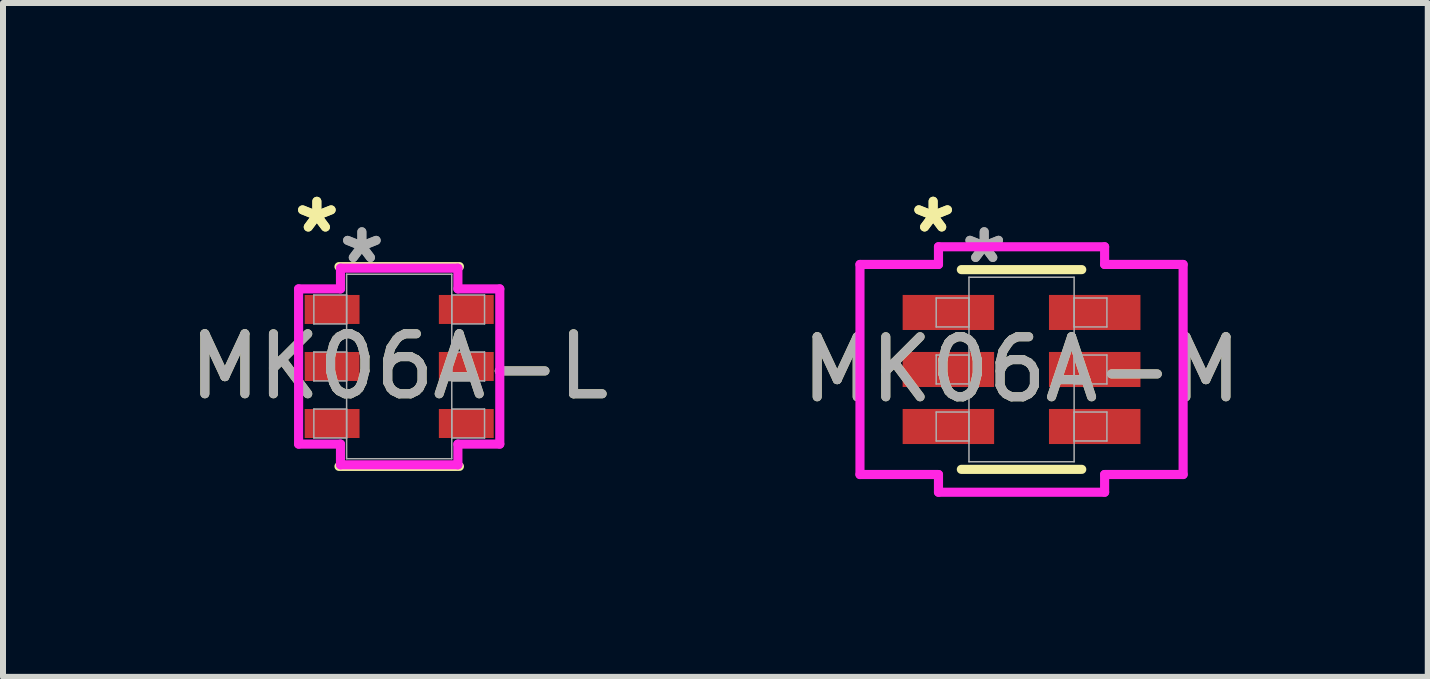
<source format=kicad_pcb>
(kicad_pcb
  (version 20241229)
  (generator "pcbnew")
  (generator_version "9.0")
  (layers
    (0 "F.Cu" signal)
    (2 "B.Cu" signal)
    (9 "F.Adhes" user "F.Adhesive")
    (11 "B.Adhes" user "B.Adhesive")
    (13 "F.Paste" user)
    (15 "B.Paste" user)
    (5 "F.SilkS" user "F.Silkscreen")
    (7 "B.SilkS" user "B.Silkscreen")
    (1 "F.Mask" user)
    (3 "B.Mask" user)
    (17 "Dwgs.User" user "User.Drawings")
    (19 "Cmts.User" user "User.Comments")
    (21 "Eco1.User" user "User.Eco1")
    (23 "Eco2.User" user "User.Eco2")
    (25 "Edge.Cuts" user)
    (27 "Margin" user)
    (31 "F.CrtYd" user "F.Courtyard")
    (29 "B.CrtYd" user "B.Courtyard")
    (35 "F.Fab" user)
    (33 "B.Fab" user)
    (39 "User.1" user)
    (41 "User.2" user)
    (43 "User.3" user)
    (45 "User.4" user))
  (footprint "MK06A-M"
    (layer "F.Cu")
    (at 13.97 3.106)
    (property "Reference" "MK06A-M" (at 0 0 0) (unlocked yes) (layer "F.SilkS") (effects (font (size 1 1) (thickness 0.15))))
    (attr smd)
    (fp_line (start -1.003 1.664) (end 1.003 1.664) (stroke (width 0.152) (type solid)) (layer "F.SilkS"))
    (fp_line (start 1.003 -1.664) (end -1.003 -1.664) (stroke (width 0.152) (type solid)) (layer "F.SilkS"))
    (fp_line (start -2.692 -1.75) (end -1.384 -1.75) (stroke (width 0.152) (type solid)) (layer "F.CrtYd"))
    (fp_line (start -2.692 1.75) (end -2.692 -1.75) (stroke (width 0.152) (type solid)) (layer "F.CrtYd"))
    (fp_line (start -1.384 -2.045) (end 1.384 -2.045) (stroke (width 0.152) (type solid)) (layer "F.CrtYd"))
    (fp_line (start -1.384 -1.75) (end -1.384 -2.045) (stroke (width 0.152) (type solid)) (layer "F.CrtYd"))
    (fp_line (start -1.384 1.75) (end -2.692 1.75) (stroke (width 0.152) (type solid)) (layer "F.CrtYd"))
    (fp_line (start -1.384 2.045) (end -1.384 1.75) (stroke (width 0.152) (type solid)) (layer "F.CrtYd"))
    (fp_line (start 1.384 -2.045) (end 1.384 -1.75) (stroke (width 0.152) (type solid)) (layer "F.CrtYd"))
    (fp_line (start 1.384 -1.75) (end 2.692 -1.75) (stroke (width 0.152) (type solid)) (layer "F.CrtYd"))
    (fp_line (start 1.384 1.75) (end 1.384 2.045) (stroke (width 0.152) (type solid)) (layer "F.CrtYd"))
    (fp_line (start 1.384 2.045) (end -1.384 2.045) (stroke (width 0.152) (type solid)) (layer "F.CrtYd"))
    (fp_line (start 2.692 -1.75) (end 2.692 1.75) (stroke (width 0.152) (type solid)) (layer "F.CrtYd"))
    (fp_line (start 2.692 1.75) (end 1.384 1.75) (stroke (width 0.152) (type solid)) (layer "F.CrtYd"))
    (fp_line (start -1.422 -1.191) (end -1.422 -0.709) (stroke (width 0.025) (type solid)) (layer "F.Fab"))
    (fp_line (start -1.422 -0.709) (end -0.876 -0.709) (stroke (width 0.025) (type solid)) (layer "F.Fab"))
    (fp_line (start -1.422 -0.241) (end -1.422 0.241) (stroke (width 0.025) (type solid)) (layer "F.Fab"))
    (fp_line (start -1.422 0.241) (end -0.876 0.241) (stroke (width 0.025) (type solid)) (layer "F.Fab"))
    (fp_line (start -1.422 0.709) (end -1.422 1.191) (stroke (width 0.025) (type solid)) (layer "F.Fab"))
    (fp_line (start -1.422 1.191) (end -0.876 1.191) (stroke (width 0.025) (type solid)) (layer "F.Fab"))
    (fp_line (start -0.876 -1.537) (end -0.876 1.537) (stroke (width 0.025) (type solid)) (layer "F.Fab"))
    (fp_line (start -0.876 -1.191) (end -1.422 -1.191) (stroke (width 0.025) (type solid)) (layer "F.Fab"))
    (fp_line (start -0.876 -0.709) (end -0.876 -1.191) (stroke (width 0.025) (type solid)) (layer "F.Fab"))
    (fp_line (start -0.876 -0.241) (end -1.422 -0.241) (stroke (width 0.025) (type solid)) (layer "F.Fab"))
    (fp_line (start -0.876 0.241) (end -0.876 -0.241) (stroke (width 0.025) (type solid)) (layer "F.Fab"))
    (fp_line (start -0.876 0.709) (end -1.422 0.709) (stroke (width 0.025) (type solid)) (layer "F.Fab"))
    (fp_line (start -0.876 1.191) (end -0.876 0.709) (stroke (width 0.025) (type solid)) (layer "F.Fab"))
    (fp_line (start -0.876 1.537) (end 0.876 1.537) (stroke (width 0.025) (type solid)) (layer "F.Fab"))
    (fp_line (start 0.876 -1.537) (end -0.876 -1.537) (stroke (width 0.025) (type solid)) (layer "F.Fab"))
    (fp_line (start 0.876 -1.191) (end 0.876 -0.709) (stroke (width 0.025) (type solid)) (layer "F.Fab"))
    (fp_line (start 0.876 -0.709) (end 1.422 -0.709) (stroke (width 0.025) (type solid)) (layer "F.Fab"))
    (fp_line (start 0.876 -0.241) (end 0.876 0.241) (stroke (width 0.025) (type solid)) (layer "F.Fab"))
    (fp_line (start 0.876 0.241) (end 1.422 0.241) (stroke (width 0.025) (type solid)) (layer "F.Fab"))
    (fp_line (start 0.876 0.709) (end 0.876 1.191) (stroke (width 0.025) (type solid)) (layer "F.Fab"))
    (fp_line (start 0.876 1.191) (end 1.422 1.191) (stroke (width 0.025) (type solid)) (layer "F.Fab"))
    (fp_line (start 0.876 1.537) (end 0.876 -1.537) (stroke (width 0.025) (type solid)) (layer "F.Fab"))
    (fp_line (start 1.422 -1.191) (end 0.876 -1.191) (stroke (width 0.025) (type solid)) (layer "F.Fab"))
    (fp_line (start 1.422 -0.709) (end 1.422 -1.191) (stroke (width 0.025) (type solid)) (layer "F.Fab"))
    (fp_line (start 1.422 -0.241) (end 0.876 -0.241) (stroke (width 0.025) (type solid)) (layer "F.Fab"))
    (fp_line (start 1.422 0.241) (end 1.422 -0.241) (stroke (width 0.025) (type solid)) (layer "F.Fab"))
    (fp_line (start 1.422 0.709) (end 0.876 0.709) (stroke (width 0.025) (type solid)) (layer "F.Fab"))
    (fp_line (start 1.422 1.191) (end 1.422 0.709) (stroke (width 0.025) (type solid)) (layer "F.Fab"))
    (fp_text user "*" (at -1.473 -2.258 0) (unlocked yes) (layer "F.SilkS") (effects (font (size 1 1) (thickness 0.15))))
    (fp_text user "*" (at -1.473 -2.258 0) (layer "F.SilkS") (effects (font (size 1 1) (thickness 0.15))))
    (fp_text user "${REFERENCE}" (at 0 0 0) (unlocked yes) (layer "F.Fab") (effects (font (size 1 1) (thickness 0.15))))
    (fp_text user "*" (at -0.622 -1.75 0) (unlocked yes) (layer "F.Fab") (effects (font (size 1 1) (thickness 0.15))))
    (fp_text user "*" (at -0.622 -1.75 0) (layer "F.Fab") (effects (font (size 1 1) (thickness 0.15))))
    (pad "1" smd rect (at -1.219 -0.95) (size 1.524 0.584) (layers "F.Cu" "F.Mask" "F.Paste"))
    (pad "2" smd rect (at -1.219 0) (size 1.524 0.584) (layers "F.Cu" "F.Mask" "F.Paste"))
    (pad "3" smd rect (at -1.219 0.95) (size 1.524 0.584) (layers "F.Cu" "F.Mask" "F.Paste"))
    (pad "4" smd rect (at 1.219 0.95) (size 1.524 0.584) (layers "F.Cu" "F.Mask" "F.Paste"))
    (pad "5" smd rect (at 1.219 0) (size 1.524 0.584) (layers "F.Cu" "F.Mask" "F.Paste"))
    (pad "6" smd rect (at 1.219 -0.95) (size 1.524 0.584) (layers "F.Cu" "F.Mask" "F.Paste")))
  (footprint "MK06A-L"
    (layer "F.Cu")
    (at 3.601 3.056)
    (property "Reference" "MK06A-L" (at 0 0 0) (unlocked yes) (layer "F.SilkS") (effects (font (size 1 1) (thickness 0.15))))
    (attr smd)
    (fp_line (start -1.003 1.664) (end 1.003 1.664) (stroke (width 0.152) (type solid)) (layer "F.SilkS"))
    (fp_line (start 1.003 -1.664) (end -1.003 -1.664) (stroke (width 0.152) (type solid)) (layer "F.SilkS"))
    (fp_line (start -1.676 -1.293) (end -0.978 -1.293) (stroke (width 0.152) (type solid)) (layer "F.CrtYd"))
    (fp_line (start -1.676 1.293) (end -1.676 -1.293) (stroke (width 0.152) (type solid)) (layer "F.CrtYd"))
    (fp_line (start -0.978 -1.638) (end 0.978 -1.638) (stroke (width 0.152) (type solid)) (layer "F.CrtYd"))
    (fp_line (start -0.978 -1.293) (end -0.978 -1.638) (stroke (width 0.152) (type solid)) (layer "F.CrtYd"))
    (fp_line (start -0.978 1.293) (end -1.676 1.293) (stroke (width 0.152) (type solid)) (layer "F.CrtYd"))
    (fp_line (start -0.978 1.638) (end -0.978 1.293) (stroke (width 0.152) (type solid)) (layer "F.CrtYd"))
    (fp_line (start 0.978 -1.638) (end 0.978 -1.293) (stroke (width 0.152) (type solid)) (layer "F.CrtYd"))
    (fp_line (start 0.978 -1.293) (end 1.676 -1.293) (stroke (width 0.152) (type solid)) (layer "F.CrtYd"))
    (fp_line (start 0.978 1.293) (end 0.978 1.638) (stroke (width 0.152) (type solid)) (layer "F.CrtYd"))
    (fp_line (start 0.978 1.638) (end -0.978 1.638) (stroke (width 0.152) (type solid)) (layer "F.CrtYd"))
    (fp_line (start 1.676 -1.293) (end 1.676 1.293) (stroke (width 0.152) (type solid)) (layer "F.CrtYd"))
    (fp_line (start 1.676 1.293) (end 0.978 1.293) (stroke (width 0.152) (type solid)) (layer "F.CrtYd"))
    (fp_line (start -1.422 -1.191) (end -1.422 -0.709) (stroke (width 0.025) (type solid)) (layer "F.Fab"))
    (fp_line (start -1.422 -0.709) (end -0.876 -0.709) (stroke (width 0.025) (type solid)) (layer "F.Fab"))
    (fp_line (start -1.422 -0.241) (end -1.422 0.241) (stroke (width 0.025) (type solid)) (layer "F.Fab"))
    (fp_line (start -1.422 0.241) (end -0.876 0.241) (stroke (width 0.025) (type solid)) (layer "F.Fab"))
    (fp_line (start -1.422 0.709) (end -1.422 1.191) (stroke (width 0.025) (type solid)) (layer "F.Fab"))
    (fp_line (start -1.422 1.191) (end -0.876 1.191) (stroke (width 0.025) (type solid)) (layer "F.Fab"))
    (fp_line (start -0.876 -1.537) (end -0.876 1.537) (stroke (width 0.025) (type solid)) (layer "F.Fab"))
    (fp_line (start -0.876 -1.191) (end -1.422 -1.191) (stroke (width 0.025) (type solid)) (layer "F.Fab"))
    (fp_line (start -0.876 -0.709) (end -0.876 -1.191) (stroke (width 0.025) (type solid)) (layer "F.Fab"))
    (fp_line (start -0.876 -0.241) (end -1.422 -0.241) (stroke (width 0.025) (type solid)) (layer "F.Fab"))
    (fp_line (start -0.876 0.241) (end -0.876 -0.241) (stroke (width 0.025) (type solid)) (layer "F.Fab"))
    (fp_line (start -0.876 0.709) (end -1.422 0.709) (stroke (width 0.025) (type solid)) (layer "F.Fab"))
    (fp_line (start -0.876 1.191) (end -0.876 0.709) (stroke (width 0.025) (type solid)) (layer "F.Fab"))
    (fp_line (start -0.876 1.537) (end 0.876 1.537) (stroke (width 0.025) (type solid)) (layer "F.Fab"))
    (fp_line (start 0.876 -1.537) (end -0.876 -1.537) (stroke (width 0.025) (type solid)) (layer "F.Fab"))
    (fp_line (start 0.876 -1.191) (end 0.876 -0.709) (stroke (width 0.025) (type solid)) (layer "F.Fab"))
    (fp_line (start 0.876 -0.709) (end 1.422 -0.709) (stroke (width 0.025) (type solid)) (layer "F.Fab"))
    (fp_line (start 0.876 -0.241) (end 0.876 0.241) (stroke (width 0.025) (type solid)) (layer "F.Fab"))
    (fp_line (start 0.876 0.241) (end 1.422 0.241) (stroke (width 0.025) (type solid)) (layer "F.Fab"))
    (fp_line (start 0.876 0.709) (end 0.876 1.191) (stroke (width 0.025) (type solid)) (layer "F.Fab"))
    (fp_line (start 0.876 1.191) (end 1.422 1.191) (stroke (width 0.025) (type solid)) (layer "F.Fab"))
    (fp_line (start 0.876 1.537) (end 0.876 -1.537) (stroke (width 0.025) (type solid)) (layer "F.Fab"))
    (fp_line (start 1.422 -1.191) (end 0.876 -1.191) (stroke (width 0.025) (type solid)) (layer "F.Fab"))
    (fp_line (start 1.422 -0.709) (end 1.422 -1.191) (stroke (width 0.025) (type solid)) (layer "F.Fab"))
    (fp_line (start 1.422 -0.241) (end 0.876 -0.241) (stroke (width 0.025) (type solid)) (layer "F.Fab"))
    (fp_line (start 1.422 0.241) (end 1.422 -0.241) (stroke (width 0.025) (type solid)) (layer "F.Fab"))
    (fp_line (start 1.422 0.709) (end 0.876 0.709) (stroke (width 0.025) (type solid)) (layer "F.Fab"))
    (fp_line (start 1.422 1.191) (end 1.422 0.709) (stroke (width 0.025) (type solid)) (layer "F.Fab"))
    (fp_text user "*" (at -1.372 -2.207 0) (layer "F.SilkS") (effects (font (size 1 1) (thickness 0.15))))
    (fp_text user "*" (at -1.372 -2.207 0) (unlocked yes) (layer "F.SilkS") (effects (font (size 1 1) (thickness 0.15))))
    (fp_text user "${REFERENCE}" (at 0 0 0) (unlocked yes) (layer "F.Fab") (effects (font (size 1 1) (thickness 0.15))))
    (fp_text user "*" (at -0.622 -1.699 0) (layer "F.Fab") (effects (font (size 1 1) (thickness 0.15))))
    (fp_text user "*" (at -0.622 -1.699 0) (unlocked yes) (layer "F.Fab") (effects (font (size 1 1) (thickness 0.15))))
    (pad "1" smd rect (at -1.118 -0.95) (size 0.914 0.483) (layers "F.Cu" "F.Mask" "F.Paste"))
    (pad "2" smd rect (at -1.118 0) (size 0.914 0.483) (layers "F.Cu" "F.Mask" "F.Paste"))
    (pad "3" smd rect (at -1.118 0.95) (size 0.914 0.483) (layers "F.Cu" "F.Mask" "F.Paste"))
    (pad "4" smd rect (at 1.118 0.95) (size 0.914 0.483) (layers "F.Cu" "F.Mask" "F.Paste"))
    (pad "5" smd rect (at 1.118 0) (size 0.914 0.483) (layers "F.Cu" "F.Mask" "F.Paste"))
    (pad "6" smd rect (at 1.118 -0.95) (size 0.914 0.483) (layers "F.Cu" "F.Mask" "F.Paste")))
  (gr_rect
    (start -3 -3)
    (end 20.738 8.227)
    (stroke (width 0.1) (type default))
    (fill no)
    (layer "Edge.Cuts")))
</source>
